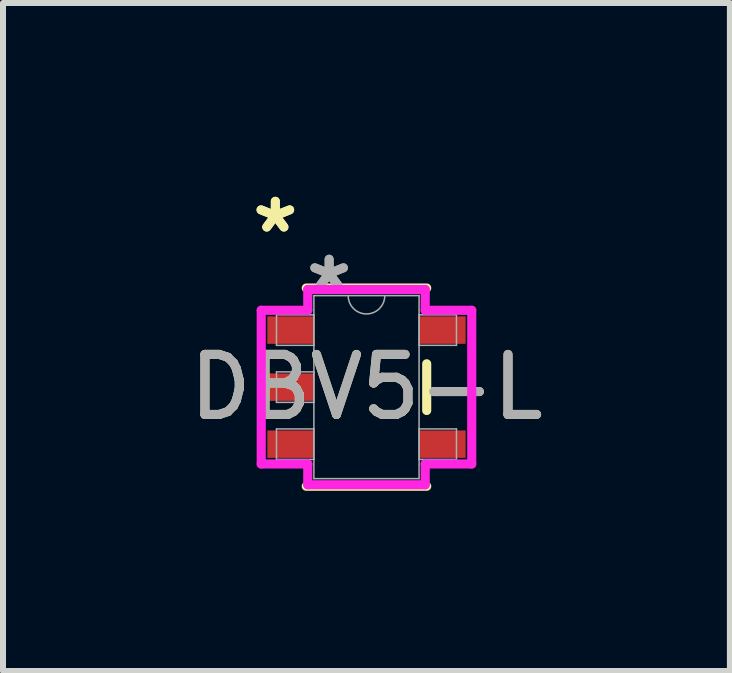
<source format=kicad_pcb>
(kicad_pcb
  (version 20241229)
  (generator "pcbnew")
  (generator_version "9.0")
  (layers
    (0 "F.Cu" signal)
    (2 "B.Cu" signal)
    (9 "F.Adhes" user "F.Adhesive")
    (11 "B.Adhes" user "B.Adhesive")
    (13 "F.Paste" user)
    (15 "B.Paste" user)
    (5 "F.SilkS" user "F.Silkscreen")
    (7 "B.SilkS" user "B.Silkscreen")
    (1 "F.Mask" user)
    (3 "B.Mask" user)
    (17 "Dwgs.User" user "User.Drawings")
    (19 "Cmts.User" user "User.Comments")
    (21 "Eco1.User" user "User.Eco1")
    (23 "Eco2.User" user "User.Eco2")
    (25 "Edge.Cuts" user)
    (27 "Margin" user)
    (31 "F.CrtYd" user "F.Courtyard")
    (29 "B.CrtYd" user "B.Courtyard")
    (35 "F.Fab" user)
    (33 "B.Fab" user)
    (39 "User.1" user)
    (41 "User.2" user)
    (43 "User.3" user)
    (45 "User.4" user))
  (footprint "DBV5-L"
    (layer "F.Cu")
    (at 3.054 3.398)
    (property "Reference" "DBV5-L" (at 0 0 0) (unlocked yes) (layer "F.SilkS") (effects (font (size 1 1) (thickness 0.15))))
    (attr smd)
    (fp_line (start -1.003 1.651) (end 1.003 1.651) (stroke (width 0.152) (type solid)) (layer "F.SilkS"))
    (fp_line (start 1.003 -1.651) (end -1.003 -1.651) (stroke (width 0.152) (type solid)) (layer "F.SilkS"))
    (fp_line (start 1.003 0.389) (end 1.003 -0.389) (stroke (width 0.152) (type solid)) (layer "F.SilkS"))
    (fp_line (start -1.753 -1.28) (end -0.978 -1.28) (stroke (width 0.152) (type solid)) (layer "F.CrtYd"))
    (fp_line (start -1.753 1.28) (end -1.753 -1.28) (stroke (width 0.152) (type solid)) (layer "F.CrtYd"))
    (fp_line (start -0.978 -1.626) (end 0.978 -1.626) (stroke (width 0.152) (type solid)) (layer "F.CrtYd"))
    (fp_line (start -0.978 -1.28) (end -0.978 -1.626) (stroke (width 0.152) (type solid)) (layer "F.CrtYd"))
    (fp_line (start -0.978 1.28) (end -1.753 1.28) (stroke (width 0.152) (type solid)) (layer "F.CrtYd"))
    (fp_line (start -0.978 1.626) (end -0.978 1.28) (stroke (width 0.152) (type solid)) (layer "F.CrtYd"))
    (fp_line (start 0.978 -1.626) (end 0.978 -1.28) (stroke (width 0.152) (type solid)) (layer "F.CrtYd"))
    (fp_line (start 0.978 -1.28) (end 1.753 -1.28) (stroke (width 0.152) (type solid)) (layer "F.CrtYd"))
    (fp_line (start 0.978 1.28) (end 0.978 1.626) (stroke (width 0.152) (type solid)) (layer "F.CrtYd"))
    (fp_line (start 0.978 1.626) (end -0.978 1.626) (stroke (width 0.152) (type solid)) (layer "F.CrtYd"))
    (fp_line (start 1.753 -1.28) (end 1.753 1.28) (stroke (width 0.152) (type solid)) (layer "F.CrtYd"))
    (fp_line (start 1.753 1.28) (end 0.978 1.28) (stroke (width 0.152) (type solid)) (layer "F.CrtYd"))
    (fp_line (start -1.499 -1.204) (end -1.499 -0.696) (stroke (width 0.025) (type solid)) (layer "F.Fab"))
    (fp_line (start -1.499 -0.696) (end -0.876 -0.696) (stroke (width 0.025) (type solid)) (layer "F.Fab"))
    (fp_line (start -1.499 -0.254) (end -1.499 0.254) (stroke (width 0.025) (type solid)) (layer "F.Fab"))
    (fp_line (start -1.499 0.254) (end -0.876 0.254) (stroke (width 0.025) (type solid)) (layer "F.Fab"))
    (fp_line (start -1.499 0.696) (end -1.499 1.204) (stroke (width 0.025) (type solid)) (layer "F.Fab"))
    (fp_line (start -1.499 1.204) (end -0.876 1.204) (stroke (width 0.025) (type solid)) (layer "F.Fab"))
    (fp_line (start -0.876 -1.524) (end -0.876 1.524) (stroke (width 0.025) (type solid)) (layer "F.Fab"))
    (fp_line (start -0.876 -1.204) (end -1.499 -1.204) (stroke (width 0.025) (type solid)) (layer "F.Fab"))
    (fp_line (start -0.876 -0.696) (end -0.876 -1.204) (stroke (width 0.025) (type solid)) (layer "F.Fab"))
    (fp_line (start -0.876 -0.254) (end -1.499 -0.254) (stroke (width 0.025) (type solid)) (layer "F.Fab"))
    (fp_line (start -0.876 0.254) (end -0.876 -0.254) (stroke (width 0.025) (type solid)) (layer "F.Fab"))
    (fp_line (start -0.876 0.696) (end -1.499 0.696) (stroke (width 0.025) (type solid)) (layer "F.Fab"))
    (fp_line (start -0.876 1.204) (end -0.876 0.696) (stroke (width 0.025) (type solid)) (layer "F.Fab"))
    (fp_line (start -0.876 1.524) (end 0.876 1.524) (stroke (width 0.025) (type solid)) (layer "F.Fab"))
    (fp_line (start 0.876 -1.524) (end -0.876 -1.524) (stroke (width 0.025) (type solid)) (layer "F.Fab"))
    (fp_line (start 0.876 -1.204) (end 0.876 -0.696) (stroke (width 0.025) (type solid)) (layer "F.Fab"))
    (fp_line (start 0.876 -0.696) (end 1.499 -0.696) (stroke (width 0.025) (type solid)) (layer "F.Fab"))
    (fp_line (start 0.876 0.696) (end 0.876 1.204) (stroke (width 0.025) (type solid)) (layer "F.Fab"))
    (fp_line (start 0.876 1.204) (end 1.499 1.204) (stroke (width 0.025) (type solid)) (layer "F.Fab"))
    (fp_line (start 0.876 1.524) (end 0.876 -1.524) (stroke (width 0.025) (type solid)) (layer "F.Fab"))
    (fp_line (start 1.499 -1.204) (end 0.876 -1.204) (stroke (width 0.025) (type solid)) (layer "F.Fab"))
    (fp_line (start 1.499 -0.696) (end 1.499 -1.204) (stroke (width 0.025) (type solid)) (layer "F.Fab"))
    (fp_line (start 1.499 0.696) (end 0.876 0.696) (stroke (width 0.025) (type solid)) (layer "F.Fab"))
    (fp_line (start 1.499 1.204) (end 1.499 0.696) (stroke (width 0.025) (type solid)) (layer "F.Fab"))
    (fp_arc (start 0.3048 -1.524) (mid 0 -1.2192) (end -0.3048 -1.524) (stroke (width 0.0254) (type solid)) (layer "F.Fab"))
    (fp_text user "*" (at -1.518 -2.55 0) (layer "F.SilkS") (effects (font (size 1 1) (thickness 0.15))))
    (fp_text user "*" (at -1.518 -2.55 0) (unlocked yes) (layer "F.SilkS") (effects (font (size 1 1) (thickness 0.15))))
    (fp_text user "*" (at -0.622 -1.585 0) (unlocked yes) (layer "F.Fab") (effects (font (size 1 1) (thickness 0.15))))
    (fp_text user "*" (at -0.622 -1.585 0) (layer "F.Fab") (effects (font (size 1 1) (thickness 0.15))))
    (fp_text user "${REFERENCE}" (at 0 0 0) (unlocked yes) (layer "F.Fab") (effects (font (size 1 1) (thickness 0.15))))
    (pad "1" smd rect (at -1.264 -0.95) (size 0.775 0.457) (layers "F.Cu" "F.Mask" "F.Paste"))
    (pad "2" smd rect (at -1.264 0) (size 0.775 0.457) (layers "F.Cu" "F.Mask" "F.Paste"))
    (pad "3" smd rect (at -1.264 0.95) (size 0.775 0.457) (layers "F.Cu" "F.Mask" "F.Paste"))
    (pad "4" smd rect (at 1.264 0.95) (size 0.775 0.457) (layers "F.Cu" "F.Mask" "F.Paste"))
    (pad "5" smd rect (at 1.264 -0.95) (size 0.775 0.457) (layers "F.Cu" "F.Mask" "F.Paste")))
  (gr_rect
    (start -3 -3)
    (end 9.107 8.126)
    (stroke (width 0.1) (type default))
    (fill no)
    (layer "Edge.Cuts")))
</source>
